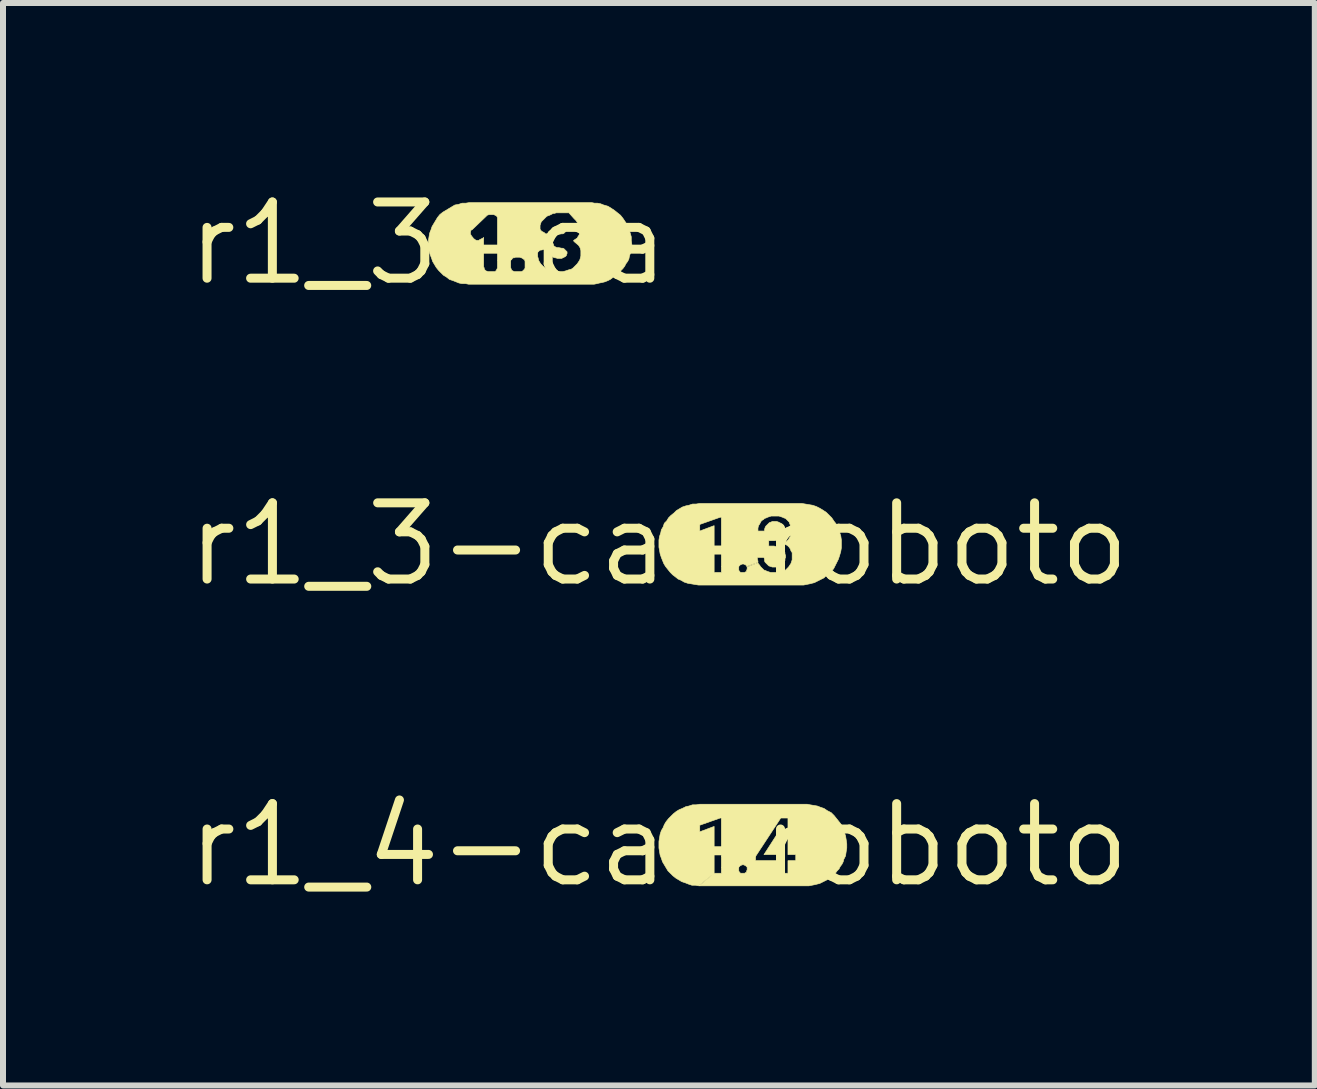
<source format=kicad_pcb>
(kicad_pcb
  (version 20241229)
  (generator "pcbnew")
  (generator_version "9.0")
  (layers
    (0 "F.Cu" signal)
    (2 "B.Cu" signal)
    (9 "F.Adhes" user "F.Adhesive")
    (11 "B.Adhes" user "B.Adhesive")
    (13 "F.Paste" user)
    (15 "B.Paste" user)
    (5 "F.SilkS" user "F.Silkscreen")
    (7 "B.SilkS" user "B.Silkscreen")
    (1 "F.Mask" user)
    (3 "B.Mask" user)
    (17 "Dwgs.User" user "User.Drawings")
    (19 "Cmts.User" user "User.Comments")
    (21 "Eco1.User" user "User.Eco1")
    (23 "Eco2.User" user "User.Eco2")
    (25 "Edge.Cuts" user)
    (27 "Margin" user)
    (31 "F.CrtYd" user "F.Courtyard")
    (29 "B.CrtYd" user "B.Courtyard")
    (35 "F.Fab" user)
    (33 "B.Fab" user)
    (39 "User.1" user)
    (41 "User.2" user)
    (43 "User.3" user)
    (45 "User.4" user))
  (footprint "r1_3-ca-roboto"
    (layer "F.Cu")
    (at 7.93 6.019)
    (property "Reference" "r1_3-ca-roboto" (at 0 0 0) (layer "F.SilkS") (effects (font (size 1.27 1.27) (thickness 0.15))))
    (attr board_only exclude_from_pos_files exclude_from_bom)
    (fp_poly (pts (xy 0.68 -0.68) (xy 0.62 -0.67) (xy 0.56 -0.67) (xy 0.5 -0.65) (xy 0.45 -0.64) (xy 0.39 -0.62) (xy 0.34 -0.59) (xy 0.29 -0.56) (xy 0.25 -0.52) (xy 0.2 -0.48) (xy 0.16 -0.44) (xy 0.13 -0.39) (xy 0.09 -0.35) (xy 0.07 -0.29) (xy 0.04 -0.24) (xy 0.03 -0.19) (xy 0.01 -0.13) (xy 0 -0.07) (xy 0 -0.01) (xy 0 0.05) (xy 0.01 0.1) (xy 0.02 0.16) (xy 0.04 0.22) (xy 0.06 0.27) (xy 0.08 0.32) (xy 0.11 0.37) (xy 0.15 0.42) (xy 0.19 0.47) (xy 0.23 0.51) (xy 0.27 0.54) (xy 0.32 0.58) (xy 0.37 0.6) (xy 0.42 0.63) (xy 0.48 0.65) (xy 0.54 0.66) (xy 0.6 0.67) (xy 0.66 0.68) (xy 0.92 0.47) (xy 0.92 -0.31) (xy 0.68 -0.22) (xy 0.68 -0.33) (xy 1.02 -0.45) (xy 1.04 -0.45) (xy 1.04 0.47) (xy 1.33 0.42) (xy 1.33 0.41) (xy 1.33 0.39) (xy 1.33 0.37) (xy 1.34 0.36) (xy 1.35 0.35) (xy 1.36 0.34) (xy 1.37 0.34) (xy 1.38 0.33) (xy 1.4 0.33) (xy 1.42 0.33) (xy 1.43 0.34) (xy 1.44 0.34) (xy 1.45 0.35) (xy 1.46 0.36) (xy 1.46 0.37) (xy 1.65 0.3) (xy 1.65 0.28) (xy 1.64 0.25) (xy 1.64 0.22) (xy 1.75 0.22) (xy 1.76 0.25) (xy 1.76 0.28) (xy 1.77 0.3) (xy 1.79 0.32) (xy 1.81 0.34) (xy 1.83 0.36) (xy 1.86 0.37) (xy 1.89 0.38) (xy 1.92 0.38) (xy 1.96 0.38) (xy 1.99 0.37) (xy 2.02 0.36) (xy 2.04 0.35) (xy 2.06 0.34) (xy 2.08 0.32) (xy 2.09 0.29) (xy 2.1 0.27) (xy 2.1 0.24) (xy 2.11 0.22) (xy 2.11 0.19) (xy 2.1 0.16) (xy 2.1 0.14) (xy 2.09 0.12) (xy 2.08 0.1) (xy 2.06 0.09) (xy 2.04 0.07) (xy 2.01 0.06) (xy 1.98 0.05) (xy 1.95 0.04) (xy 1.92 0.03) (xy 1.83 0.03) (xy 1.83 -0.06) (xy 1.93 -0.06) (xy 1.97 -0.07) (xy 1.99 -0.07) (xy 2.01 -0.08) (xy 2.03 -0.09) (xy 2.05 -0.11) (xy 2.07 -0.12) (xy 2.08 -0.14) (xy 2.09 -0.16) (xy 2.09 -0.19) (xy 2.09 -0.21) (xy 2.09 -0.25) (xy 2.09 -0.27) (xy 2.08 -0.3) (xy 2.07 -0.32) (xy 2.05 -0.34) (xy 2.03 -0.35) (xy 2.01 -0.36) (xy 1.99 -0.37) (xy 1.96 -0.38) (xy 1.92 -0.38) (xy 1.89 -0.38) (xy 1.87 -0.37) (xy 1.84 -0.36) (xy 1.82 -0.34) (xy 1.8 -0.32) (xy 1.78 -0.3) (xy 1.77 -0.28) (xy 1.76 -0.25) (xy 1.76 -0.22) (xy 1.65 -0.22) (xy 1.65 -0.27) (xy 1.66 -0.31) (xy 1.68 -0.34) (xy 1.7 -0.38) (xy 1.72 -0.4) (xy 1.74 -0.41) (xy 1.76 -0.43) (xy 1.79 -0.44) (xy 1.81 -0.45) (xy 1.84 -0.46) (xy 1.87 -0.47) (xy 1.9 -0.47) (xy 1.93 -0.47) (xy 1.97 -0.47) (xy 2 -0.47) (xy 2.03 -0.46) (xy 2.06 -0.45) (xy 2.08 -0.44) (xy 2.11 -0.43) (xy 2.13 -0.41) (xy 2.15 -0.39) (xy 2.17 -0.37) (xy 2.18 -0.34) (xy 2.19 -0.32) (xy 2.2 -0.29) (xy 2.21 -0.25) (xy 2.21 -0.21) (xy 2.21 -0.19) (xy 2.2 -0.16) (xy 2.19 -0.13) (xy 2.17 -0.1) (xy 2.16 -0.08) (xy 2.14 -0.06) (xy 2.12 -0.04) (xy 2.09 -0.03) (xy 2.07 -0.01) (xy 2.1 0) (xy 2.14 0.02) (xy 2.17 0.05) (xy 2.19 0.08) (xy 2.2 0.11) (xy 2.22 0.14) (xy 2.22 0.18) (xy 2.22 0.22) (xy 2.22 0.26) (xy 2.21 0.29) (xy 2.2 0.32) (xy 2.18 0.35) (xy 2.16 0.38) (xy 2.14 0.4) (xy 2.11 0.43) (xy 2.08 0.44) (xy 2.05 0.45) (xy 2.02 0.46) (xy 1.99 0.47) (xy 1.96 0.47) (xy 1.93 0.47) (xy 1.89 0.47) (xy 1.86 0.47) (xy 1.83 0.46) (xy 1.8 0.45) (xy 1.78 0.44) (xy 1.75 0.43) (xy 1.73 0.41) (xy 1.71 0.39) (xy 1.69 0.37) (xy 1.68 0.35) (xy 1.66 0.33) (xy 1.65 0.31) (xy 1.47 0.38) (xy 1.47 0.39) (xy 1.47 0.41) (xy 1.47 0.42) (xy 1.46 0.43) (xy 1.46 0.45) (xy 1.45 0.46) (xy 1.44 0.46) (xy 1.43 0.47) (xy 1.41 0.47) (xy 1.4 0.47) (xy 1.38 0.47) (xy 1.37 0.47) (xy 1.36 0.47) (xy 1.35 0.46) (xy 1.34 0.45) (xy 1.33 0.43) (xy 1.33 0.42) (xy 1.04 0.47) (xy 0.92 0.47) (xy 0.66 0.68) (xy 2.37 0.68) (xy 2.41 0.68) (xy 2.46 0.67) (xy 2.51 0.66) (xy 2.55 0.65) (xy 2.59 0.64) (xy 2.63 0.62) (xy 2.67 0.6) (xy 2.71 0.58) (xy 2.75 0.56) (xy 2.78 0.53) (xy 2.82 0.5) (xy 2.85 0.47) (xy 2.88 0.44) (xy 2.91 0.41) (xy 2.93 0.37) (xy 2.95 0.33) (xy 2.97 0.29) (xy 2.99 0.25) (xy 3.01 0.19) (xy 3.03 0.12) (xy 3.04 0.06) (xy 3.04 -0.01) (xy 3.04 -0.07) (xy 3.03 -0.14) (xy 3.01 -0.2) (xy 2.99 -0.27) (xy 2.96 -0.33) (xy 2.92 -0.38) (xy 2.88 -0.44) (xy 2.84 -0.48) (xy 2.79 -0.53) (xy 2.73 -0.57) (xy 2.68 -0.6) (xy 2.62 -0.63) (xy 2.56 -0.65) (xy 2.5 -0.66) (xy 2.44 -0.67) (xy 2.38 -0.68) (xy 0.68 -0.68)) (stroke (width 0.01) (type solid)) (fill yes) (layer "F.SilkS")))
  (footprint "r1_3-ca"
    (layer "F.Cu")
    (at 4.089 1.006)
    (property "Reference" "r1_3-ca" (at 0 0 0) (layer "F.SilkS") (effects (font (size 1.27 1.27) (thickness 0.15))))
    (attr board_only exclude_from_pos_files exclude_from_bom)
    (fp_poly (pts (xy 0.68 -0.68) (xy 0.62 -0.67) (xy 0.56 -0.67) (xy 0.5 -0.65) (xy 0.44 -0.64) (xy 0.39 -0.61) (xy 0.34 -0.58) (xy 0.29 -0.55) (xy 0.24 -0.52) (xy 0.19 -0.48) (xy 0.15 -0.43) (xy 0.12 -0.38) (xy 0.09 -0.33) (xy 0.06 -0.28) (xy 0.04 -0.22) (xy 0.02 -0.17) (xy 0.01 -0.11) (xy 0 -0.05) (xy 0 0.01) (xy 0 0.07) (xy 0.01 0.13) (xy 0.03 0.19) (xy 0.05 0.24) (xy 0.07 0.3) (xy 0.1 0.35) (xy 0.13 0.4) (xy 0.17 0.45) (xy 0.21 0.49) (xy 0.25 0.53) (xy 0.3 0.56) (xy 0.35 0.6) (xy 0.41 0.62) (xy 0.46 0.64) (xy 0.51 0.66) (xy 0.56 0.67) (xy 0.62 0.67) (xy 0.67 0.68) (xy 0.95 0.45) (xy 0.93 0.43) (xy 0.93 0.41) (xy 0.92 0.39) (xy 0.92 0.36) (xy 0.92 -0.1) (xy 0.91 -0.09) (xy 0.89 -0.08) (xy 0.87 -0.07) (xy 0.85 -0.06) (xy 0.84 -0.05) (xy 0.82 -0.05) (xy 0.81 -0.05) (xy 0.8 -0.05) (xy 0.78 -0.06) (xy 0.77 -0.07) (xy 0.75 -0.08) (xy 0.74 -0.1) (xy 0.72 -0.12) (xy 0.71 -0.14) (xy 0.7 -0.15) (xy 0.7 -0.17) (xy 0.7 -0.18) (xy 0.7 -0.2) (xy 0.71 -0.22) (xy 0.73 -0.23) (xy 0.96 -0.45) (xy 0.98 -0.47) (xy 1.01 -0.48) (xy 1.03 -0.48) (xy 1.06 -0.48) (xy 1.09 -0.48) (xy 1.13 -0.46) (xy 1.14 -0.45) (xy 1.15 -0.43) (xy 1.15 0.41) (xy 1.37 0.4) (xy 1.37 0.37) (xy 1.37 0.31) (xy 1.37 0.3) (xy 1.37 0.28) (xy 1.39 0.27) (xy 1.39 0.26) (xy 1.41 0.24) (xy 1.43 0.24) (xy 1.45 0.23) (xy 1.48 0.23) (xy 1.52 0.23) (xy 1.55 0.24) (xy 1.57 0.25) (xy 1.58 0.26) (xy 1.6 0.27) (xy 1.61 0.3) (xy 1.83 0.26) (xy 1.83 0.25) (xy 1.82 0.22) (xy 1.82 0.19) (xy 1.82 0.17) (xy 1.82 0.15) (xy 1.83 0.14) (xy 1.84 0.13) (xy 1.85 0.12) (xy 1.87 0.11) (xy 1.89 0.11) (xy 1.92 0.1) (xy 1.95 0.1) (xy 1.98 0.1) (xy 2 0.11) (xy 2.02 0.12) (xy 2.03 0.13) (xy 2.04 0.15) (xy 2.05 0.18) (xy 2.06 0.2) (xy 2.06 0.21) (xy 2.08 0.23) (xy 2.11 0.24) (xy 2.12 0.24) (xy 2.15 0.25) (xy 2.17 0.25) (xy 2.2 0.25) (xy 2.22 0.25) (xy 2.24 0.24) (xy 2.26 0.23) (xy 2.28 0.22) (xy 2.29 0.21) (xy 2.3 0.2) (xy 2.3 0.19) (xy 2.31 0.17) (xy 2.31 0.16) (xy 2.31 0.14) (xy 2.3 0.13) (xy 2.29 0.12) (xy 2.28 0.11) (xy 2.27 0.1) (xy 2.26 0.09) (xy 2.24 0.08) (xy 2.22 0.08) (xy 2.17 0.07) (xy 2.14 0.07) (xy 2.12 0.06) (xy 2.1 0.05) (xy 2.09 0.04) (xy 2.08 0.01) (xy 2.07 -0.01) (xy 2.07 -0.05) (xy 2.08 -0.08) (xy 2.08 -0.11) (xy 2.09 -0.13) (xy 2.1 -0.14) (xy 2.12 -0.15) (xy 2.13 -0.15) (xy 2.16 -0.15) (xy 2.22 -0.16) (xy 2.24 -0.16) (xy 2.26 -0.17) (xy 2.27 -0.18) (xy 2.28 -0.19) (xy 2.29 -0.2) (xy 2.29 -0.22) (xy 2.28 -0.24) (xy 2.27 -0.25) (xy 2.26 -0.27) (xy 2.24 -0.28) (xy 2.22 -0.28) (xy 2.2 -0.28) (xy 2.18 -0.28) (xy 2.16 -0.28) (xy 2.13 -0.27) (xy 2.1 -0.25) (xy 2.07 -0.22) (xy 2.06 -0.2) (xy 2.05 -0.19) (xy 2.03 -0.17) (xy 2.02 -0.16) (xy 2.01 -0.16) (xy 1.99 -0.16) (xy 1.97 -0.16) (xy 1.95 -0.16) (xy 1.93 -0.18) (xy 1.89 -0.2) (xy 1.87 -0.22) (xy 1.86 -0.24) (xy 1.86 -0.26) (xy 1.86 -0.28) (xy 1.86 -0.3) (xy 1.88 -0.36) (xy 1.93 -0.41) (xy 1.95 -0.43) (xy 1.97 -0.45) (xy 1.99 -0.46) (xy 2.02 -0.47) (xy 2.08 -0.5) (xy 2.1 -0.5) (xy 2.13 -0.51) (xy 2.17 -0.51) (xy 2.34 -0.51) (xy 2.43 -0.41) (xy 2.46 -0.38) (xy 2.48 -0.35) (xy 2.49 -0.33) (xy 2.5 -0.3) (xy 2.51 -0.28) (xy 2.52 -0.24) (xy 2.52 -0.2) (xy 2.52 -0.17) (xy 2.51 -0.14) (xy 2.49 -0.11) (xy 2.48 -0.09) (xy 2.45 -0.07) (xy 2.42 -0.05) (xy 2.42 -0.04) (xy 2.44 -0.02) (xy 2.5 0.03) (xy 2.52 0.06) (xy 2.53 0.08) (xy 2.54 0.12) (xy 2.54 0.16) (xy 2.54 0.21) (xy 2.53 0.25) (xy 2.52 0.28) (xy 2.5 0.31) (xy 2.48 0.34) (xy 2.46 0.36) (xy 2.44 0.38) (xy 2.41 0.41) (xy 2.38 0.43) (xy 2.34 0.44) (xy 2.31 0.45) (xy 2.28 0.46) (xy 2.24 0.47) (xy 2.2 0.47) (xy 2.16 0.47) (xy 2.12 0.47) (xy 2.08 0.47) (xy 2.04 0.46) (xy 1.99 0.44) (xy 1.95 0.41) (xy 1.91 0.38) (xy 1.87 0.34) (xy 1.84 0.29) (xy 1.83 0.26) (xy 1.61 0.3) (xy 1.61 0.33) (xy 1.61 0.36) (xy 1.61 0.39) (xy 1.61 0.41) (xy 1.6 0.43) (xy 1.58 0.45) (xy 1.57 0.46) (xy 1.55 0.47) (xy 1.52 0.47) (xy 1.49 0.47) (xy 1.46 0.47) (xy 1.43 0.47) (xy 1.41 0.46) (xy 1.39 0.45) (xy 1.38 0.43) (xy 1.37 0.4) (xy 1.15 0.41) (xy 1.14 0.43) (xy 1.13 0.45) (xy 1.11 0.47) (xy 1.08 0.47) (xy 1.05 0.47) (xy 1.01 0.47) (xy 0.99 0.47) (xy 0.97 0.46) (xy 0.96 0.46) (xy 0.95 0.45) (xy 0.67 0.68) (xy 2.71 0.68) (xy 2.76 0.68) (xy 2.81 0.67) (xy 2.85 0.66) (xy 2.9 0.65) (xy 2.94 0.64) (xy 2.99 0.62) (xy 3.03 0.6) (xy 3.07 0.57) (xy 3.11 0.55) (xy 3.14 0.52) (xy 3.18 0.49) (xy 3.21 0.45) (xy 3.24 0.42) (xy 3.27 0.38) (xy 3.29 0.34) (xy 3.32 0.3) (xy 3.34 0.26) (xy 3.35 0.21) (xy 3.37 0.15) (xy 3.38 0.08) (xy 3.39 0.02) (xy 3.38 -0.05) (xy 3.38 -0.11) (xy 3.36 -0.18) (xy 3.34 -0.24) (xy 3.32 -0.3) (xy 3.28 -0.36) (xy 3.24 -0.42) (xy 3.2 -0.47) (xy 3.15 -0.51) (xy 3.1 -0.55) (xy 3.04 -0.59) (xy 2.99 -0.62) (xy 2.92 -0.64) (xy 2.87 -0.66) (xy 2.82 -0.67) (xy 2.77 -0.67) (xy 2.72 -0.68) (xy 0.68 -0.68)) (stroke (width 0.01) (type solid)) (fill yes) (layer "F.SilkS")))
  (footprint "r1_4-ca-roboto"
    (layer "F.Cu")
    (at 7.93 11.031)
    (property "Reference" "r1_4-ca-roboto" (at 0 0 0) (layer "F.SilkS") (effects (font (size 1.27 1.27) (thickness 0.15))))
    (attr board_only exclude_from_pos_files exclude_from_bom)
    (fp_poly (pts (xy 1.75 0.16) (xy 2.03 0.16) (xy 2.03 -0.29) (xy 2.02 -0.26) (xy 1.75 0.16)) (stroke (width 0.01) (type solid)) (fill yes) (layer "F.SilkS"))
    (fp_poly (pts (xy 0.68 -0.68) (xy 0.62 -0.67) (xy 0.56 -0.67) (xy 0.5 -0.65) (xy 0.45 -0.64) (xy 0.39 -0.61) (xy 0.34 -0.59) (xy 0.29 -0.56) (xy 0.24 -0.52) (xy 0.2 -0.48) (xy 0.16 -0.44) (xy 0.12 -0.39) (xy 0.09 -0.34) (xy 0.07 -0.29) (xy 0.04 -0.24) (xy 0.02 -0.18) (xy 0.01 -0.12) (xy 0 -0.06) (xy 0 -0.01) (xy 0 0.05) (xy 0.01 0.11) (xy 0.02 0.17) (xy 0.04 0.22) (xy 0.06 0.28) (xy 0.09 0.33) (xy 0.12 0.38) (xy 0.15 0.43) (xy 0.19 0.47) (xy 0.23 0.51) (xy 0.28 0.55) (xy 0.33 0.58) (xy 0.38 0.61) (xy 0.44 0.63) (xy 0.49 0.65) (xy 0.55 0.67) (xy 0.61 0.67) (xy 0.66 0.68) (xy 0.92 0.47) (xy 0.92 -0.31) (xy 0.68 -0.22) (xy 0.68 -0.33) (xy 1.02 -0.45) (xy 1.04 -0.45) (xy 1.04 0.47) (xy 1.33 0.42) (xy 1.33 0.41) (xy 1.33 0.39) (xy 1.33 0.37) (xy 1.34 0.36) (xy 1.35 0.35) (xy 1.36 0.34) (xy 1.37 0.34) (xy 1.38 0.33) (xy 1.4 0.33) (xy 1.42 0.33) (xy 1.43 0.34) (xy 1.44 0.34) (xy 1.45 0.35) (xy 1.46 0.36) (xy 1.61 0.26) (xy 1.61 0.19) (xy 2.03 -0.45) (xy 2.15 -0.45) (xy 2.15 0.16) (xy 2.28 0.16) (xy 2.28 0.26) (xy 2.15 0.26) (xy 2.15 0.47) (xy 2.03 0.47) (xy 2.03 0.26) (xy 1.61 0.26) (xy 1.46 0.36) (xy 1.47 0.37) (xy 1.47 0.39) (xy 1.47 0.41) (xy 1.47 0.42) (xy 1.46 0.43) (xy 1.46 0.45) (xy 1.45 0.46) (xy 1.44 0.46) (xy 1.43 0.47) (xy 1.41 0.47) (xy 1.4 0.47) (xy 1.38 0.47) (xy 1.37 0.47) (xy 1.36 0.47) (xy 1.35 0.46) (xy 1.34 0.45) (xy 1.33 0.43) (xy 1.33 0.42) (xy 1.04 0.47) (xy 0.92 0.47) (xy 0.67 0.68) (xy 2.45 0.68) (xy 2.5 0.68) (xy 2.55 0.67) (xy 2.6 0.66) (xy 2.64 0.65) (xy 2.68 0.64) (xy 2.72 0.62) (xy 2.76 0.6) (xy 2.8 0.58) (xy 2.84 0.56) (xy 2.88 0.53) (xy 2.91 0.5) (xy 2.94 0.47) (xy 2.97 0.43) (xy 3 0.4) (xy 3.02 0.36) (xy 3.05 0.32) (xy 3.07 0.28) (xy 3.08 0.24) (xy 3.11 0.18) (xy 3.12 0.11) (xy 3.13 0.05) (xy 3.13 -0.02) (xy 3.12 -0.09) (xy 3.11 -0.15) (xy 3.09 -0.21) (xy 3.07 -0.28) (xy 3.04 -0.34) (xy 3 -0.39) (xy 2.96 -0.44) (xy 2.92 -0.49) (xy 2.87 -0.54) (xy 2.81 -0.57) (xy 2.75 -0.61) (xy 2.69 -0.63) (xy 2.64 -0.65) (xy 2.58 -0.66) (xy 2.52 -0.67) (xy 2.47 -0.68) (xy 0.68 -0.68)) (stroke (width 0.01) (type solid)) (fill yes) (layer "F.SilkS")))
  (gr_rect
    (start -3 -3)
    (end 18.859 15.037)
    (stroke (width 0.1) (type default))
    (fill no)
    (layer "Edge.Cuts")))
</source>
